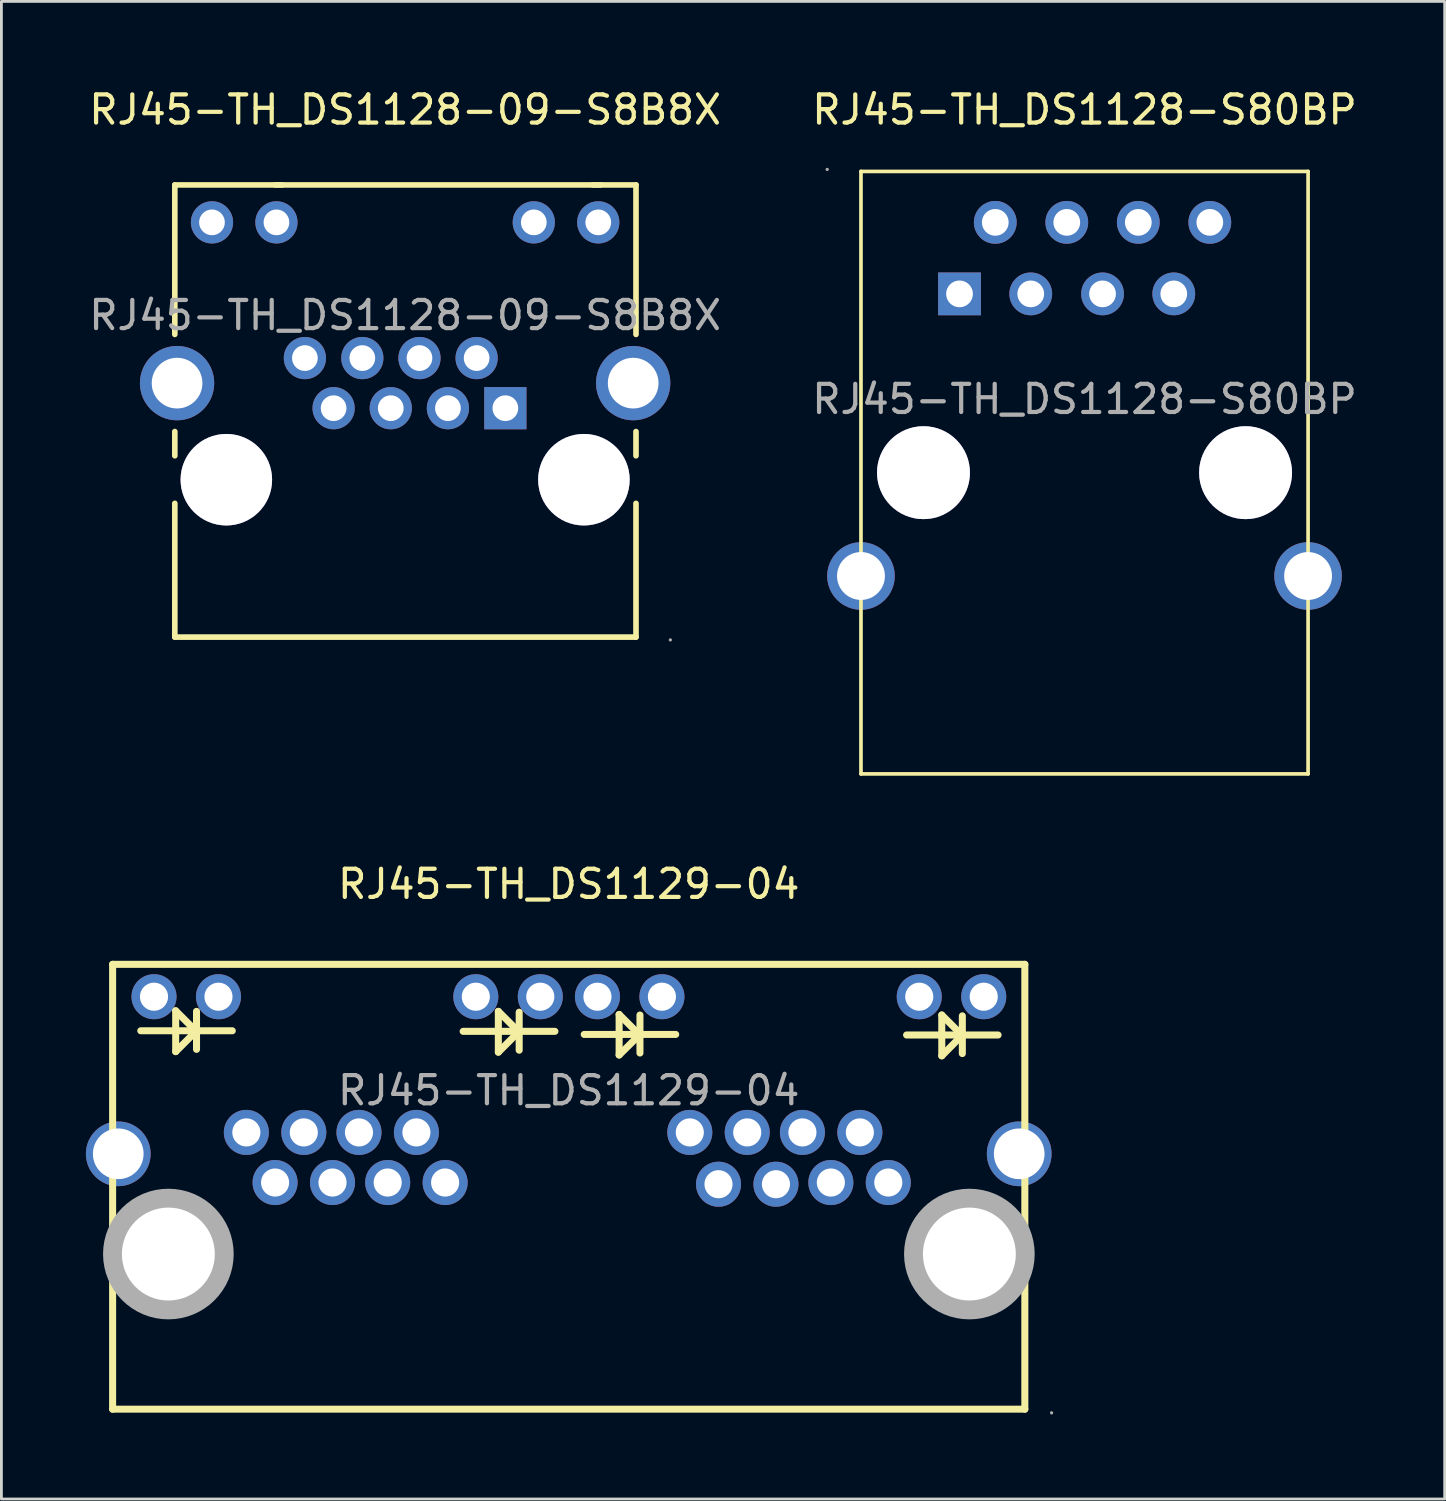
<source format=kicad_pcb>
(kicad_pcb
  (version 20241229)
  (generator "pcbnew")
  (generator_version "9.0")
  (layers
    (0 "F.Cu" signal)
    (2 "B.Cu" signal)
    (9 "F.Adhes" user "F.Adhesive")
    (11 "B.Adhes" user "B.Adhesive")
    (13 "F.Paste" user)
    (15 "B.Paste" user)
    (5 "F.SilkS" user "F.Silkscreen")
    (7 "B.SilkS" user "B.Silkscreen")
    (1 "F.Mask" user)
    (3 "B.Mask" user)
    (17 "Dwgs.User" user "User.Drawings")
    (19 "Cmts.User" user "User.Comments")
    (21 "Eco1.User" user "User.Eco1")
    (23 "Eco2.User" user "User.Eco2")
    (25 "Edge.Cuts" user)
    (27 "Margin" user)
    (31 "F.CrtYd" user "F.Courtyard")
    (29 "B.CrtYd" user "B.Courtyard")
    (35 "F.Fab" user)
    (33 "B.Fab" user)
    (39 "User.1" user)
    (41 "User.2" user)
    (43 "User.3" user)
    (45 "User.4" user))
  (footprint "RJ45-TH_DS1128-S80BP"
    (layer "F.Cu")
    (at 35.47 11.128)
    (property "Reference" "RJ45-TH_DS1128-S80BP" (at 0 -10.28 0) (layer "F.SilkS") (effects (font (size 1 1) (thickness 0.15))))
    (attr through_hole)
    (fp_line (start -7.94 -8.09) (end -7.94 13.31) (stroke (width 0.13) (type solid)) (layer "F.SilkS"))
    (fp_line (start -7.94 13.31) (end 7.94 13.31) (stroke (width 0.13) (type solid)) (layer "F.SilkS"))
    (fp_line (start 7.94 -8.09) (end -7.94 -8.09) (stroke (width 0.13) (type solid)) (layer "F.SilkS"))
    (fp_line (start 7.94 13.31) (end 7.94 -8.09) (stroke (width 0.13) (type solid)) (layer "F.SilkS"))
    (fp_circle (center -9.14 -8.16) (end -9.11 -8.16) (stroke (width 0.06) (type solid)) (fill no) (layer "F.Fab"))
    (fp_circle (center -7.94 6.28) (end -7.56 6.28) (stroke (width 0.75) (type solid)) (fill no) (layer "F.Fab"))
    (fp_circle (center -5.72 2.61) (end -4.94 2.61) (stroke (width 1.55) (type solid)) (fill no) (layer "F.Fab"))
    (fp_circle (center -4.44 -3.74) (end -4.25 -3.74) (stroke (width 0.38) (type solid)) (fill no) (layer "F.Fab"))
    (fp_circle (center -3.17 -6.28) (end -2.98 -6.28) (stroke (width 0.38) (type solid)) (fill no) (layer "F.Fab"))
    (fp_circle (center -1.91 -3.74) (end -1.72 -3.74) (stroke (width 0.38) (type solid)) (fill no) (layer "F.Fab"))
    (fp_circle (center -0.63 -6.28) (end -0.44 -6.28) (stroke (width 0.38) (type solid)) (fill no) (layer "F.Fab"))
    (fp_circle (center 0.64 -3.74) (end 0.83 -3.74) (stroke (width 0.38) (type solid)) (fill no) (layer "F.Fab"))
    (fp_circle (center 1.91 -6.28) (end 2.1 -6.28) (stroke (width 0.38) (type solid)) (fill no) (layer "F.Fab"))
    (fp_circle (center 3.17 -3.74) (end 3.36 -3.74) (stroke (width 0.38) (type solid)) (fill no) (layer "F.Fab"))
    (fp_circle (center 4.45 -6.28) (end 4.64 -6.28) (stroke (width 0.38) (type solid)) (fill no) (layer "F.Fab"))
    (fp_circle (center 5.72 2.61) (end 6.5 2.61) (stroke (width 1.55) (type solid)) (fill no) (layer "F.Fab"))
    (fp_circle (center 7.94 6.28) (end 8.32 6.28) (stroke (width 0.75) (type solid)) (fill no) (layer "F.Fab"))
    (fp_text user "${REFERENCE}" (at 0 0 0) (layer "F.Fab") (effects (font (size 1 1) (thickness 0.15))))
    (pad "" thru_hole circle (at -5.72 2.61) (size 3.3 3.3) (drill 3.3) (layers "*.Cu" "*.Mask"))
    (pad "" thru_hole circle (at 5.72 2.61) (size 3.3 3.3) (drill 3.3) (layers "*.Cu" "*.Mask"))
    (pad "1" thru_hole rect (at -4.44 -3.74) (size 1.52 1.52) (drill 0.95) (layers "*.Cu" "*.Paste" "*.Mask"))
    (pad "2" thru_hole circle (at -3.17 -6.28) (size 1.52 1.52) (drill 0.95) (layers "*.Cu" "*.Paste" "*.Mask"))
    (pad "3" thru_hole circle (at -1.91 -3.74) (size 1.52 1.52) (drill 0.95) (layers "*.Cu" "*.Paste" "*.Mask"))
    (pad "4" thru_hole circle (at -0.63 -6.28) (size 1.52 1.52) (drill 0.95) (layers "*.Cu" "*.Paste" "*.Mask"))
    (pad "5" thru_hole circle (at 0.64 -3.74) (size 1.52 1.52) (drill 0.95) (layers "*.Cu" "*.Paste" "*.Mask"))
    (pad "6" thru_hole circle (at 1.91 -6.28) (size 1.52 1.52) (drill 0.95) (layers "*.Cu" "*.Paste" "*.Mask"))
    (pad "7" thru_hole circle (at 3.17 -3.74) (size 1.52 1.52) (drill 0.95) (layers "*.Cu" "*.Paste" "*.Mask"))
    (pad "8" thru_hole circle (at 4.45 -6.28) (size 1.52 1.52) (drill 0.95) (layers "*.Cu" "*.Paste" "*.Mask"))
    (pad "9" thru_hole circle (at 7.94 6.28) (size 2.4 2.4) (drill 1.7) (layers "*.Cu" "*.Paste" "*.Mask"))
    (pad "10" thru_hole circle (at -7.94 6.28) (size 2.4 2.4) (drill 1.7) (layers "*.Cu" "*.Paste" "*.Mask")))
  (footprint "RJ45-TH_DS1128-09-S8B8X"
    (layer "F.Cu")
    (at 11.339 8.148)
    (property "Reference" "RJ45-TH_DS1128-09-S8B8X" (at 0 -7.3 0) (layer "F.SilkS") (effects (font (size 1 1) (thickness 0.15))))
    (attr through_hole)
    (fp_line (start -8.18 -4.63) (end -4.37 -4.63) (stroke (width 0.2) (type solid)) (layer "F.SilkS"))
    (fp_line (start -8.18 0.68) (end -8.18 -4.63) (stroke (width 0.2) (type solid)) (layer "F.SilkS"))
    (fp_line (start -8.18 4.99) (end -8.18 4.13) (stroke (width 0.2) (type solid)) (layer "F.SilkS"))
    (fp_line (start -8.18 11.43) (end -8.18 6.68) (stroke (width 0.2) (type solid)) (layer "F.SilkS"))
    (fp_line (start 6.94 -4.63) (end -4.61 -4.63) (stroke (width 0.2) (type solid)) (layer "F.SilkS"))
    (fp_line (start 8.2 -4.63) (end 6.67 -4.63) (stroke (width 0.2) (type solid)) (layer "F.SilkS"))
    (fp_line (start 8.2 0.68) (end 8.2 -4.63) (stroke (width 0.2) (type solid)) (layer "F.SilkS"))
    (fp_line (start 8.2 4.99) (end 8.2 4.13) (stroke (width 0.2) (type solid)) (layer "F.SilkS"))
    (fp_line (start 8.2 6.68) (end 8.2 11.43) (stroke (width 0.2) (type solid)) (layer "F.SilkS"))
    (fp_line (start 8.2 11.43) (end -8.18 11.43) (stroke (width 0.2) (type solid)) (layer "F.SilkS"))
    (fp_circle (center -8.1 2.41) (end -7.7 2.41) (stroke (width 0.8) (type solid)) (fill no) (layer "F.Fab"))
    (fp_circle (center -6.86 -3.3) (end -6.68 -3.3) (stroke (width 0.36) (type solid)) (fill no) (layer "F.Fab"))
    (fp_circle (center -6.35 5.84) (end -5.59 5.84) (stroke (width 1.52) (type solid)) (fill no) (layer "F.Fab"))
    (fp_circle (center -4.57 -3.3) (end -4.39 -3.3) (stroke (width 0.36) (type solid)) (fill no) (layer "F.Fab"))
    (fp_circle (center -3.56 1.52) (end -3.38 1.52) (stroke (width 0.36) (type solid)) (fill no) (layer "F.Fab"))
    (fp_circle (center -2.54 3.3) (end -2.36 3.3) (stroke (width 0.36) (type solid)) (fill no) (layer "F.Fab"))
    (fp_circle (center -1.52 1.52) (end -1.34 1.52) (stroke (width 0.36) (type solid)) (fill no) (layer "F.Fab"))
    (fp_circle (center -0.51 3.3) (end -0.33 3.3) (stroke (width 0.36) (type solid)) (fill no) (layer "F.Fab"))
    (fp_circle (center 0.51 1.52) (end 0.69 1.52) (stroke (width 0.36) (type solid)) (fill no) (layer "F.Fab"))
    (fp_circle (center 1.52 3.3) (end 1.7 3.3) (stroke (width 0.36) (type solid)) (fill no) (layer "F.Fab"))
    (fp_circle (center 2.54 1.52) (end 2.72 1.52) (stroke (width 0.36) (type solid)) (fill no) (layer "F.Fab"))
    (fp_circle (center 3.56 3.3) (end 3.74 3.3) (stroke (width 0.36) (type solid)) (fill no) (layer "F.Fab"))
    (fp_circle (center 4.57 -3.3) (end 4.75 -3.3) (stroke (width 0.36) (type solid)) (fill no) (layer "F.Fab"))
    (fp_circle (center 6.35 5.84) (end 7.11 5.84) (stroke (width 1.52) (type solid)) (fill no) (layer "F.Fab"))
    (fp_circle (center 6.86 -3.3) (end 7.04 -3.3) (stroke (width 0.36) (type solid)) (fill no) (layer "F.Fab"))
    (fp_circle (center 8.1 2.41) (end 8.5 2.41) (stroke (width 0.8) (type solid)) (fill no) (layer "F.Fab"))
    (fp_circle (center 9.42 11.53) (end 9.45 11.53) (stroke (width 0.06) (type solid)) (fill no) (layer "F.Fab"))
    (fp_text user "${REFERENCE}" (at 0 0 0) (layer "F.Fab") (effects (font (size 1 1) (thickness 0.15))))
    (pad "" thru_hole circle (at -6.35 5.84) (size 3.25 3.25) (drill 3.25) (layers "*.Cu" "*.Mask"))
    (pad "" thru_hole circle (at 6.35 5.84) (size 3.25 3.25) (drill 3.25) (layers "*.Cu" "*.Mask"))
    (pad "1" thru_hole rect (at 3.56 3.3 180) (size 1.5 1.5) (drill 0.914) (layers "*.Cu" "*.Paste" "*.Mask"))
    (pad "2" thru_hole circle (at 2.54 1.52 180) (size 1.5 1.5) (drill 0.914) (layers "*.Cu" "*.Paste" "*.Mask"))
    (pad "3" thru_hole circle (at 1.52 3.3 180) (size 1.5 1.5) (drill 0.914) (layers "*.Cu" "*.Paste" "*.Mask"))
    (pad "4" thru_hole circle (at 0.51 1.52 180) (size 1.5 1.5) (drill 0.914) (layers "*.Cu" "*.Paste" "*.Mask"))
    (pad "5" thru_hole circle (at -0.51 3.3 180) (size 1.5 1.5) (drill 0.914) (layers "*.Cu" "*.Paste" "*.Mask"))
    (pad "6" thru_hole circle (at -1.52 1.52 180) (size 1.5 1.5) (drill 0.914) (layers "*.Cu" "*.Paste" "*.Mask"))
    (pad "7" thru_hole circle (at -2.54 3.3 180) (size 1.5 1.5) (drill 0.914) (layers "*.Cu" "*.Paste" "*.Mask"))
    (pad "8" thru_hole circle (at -3.56 1.52 180) (size 1.5 1.5) (drill 0.914) (layers "*.Cu" "*.Paste" "*.Mask"))
    (pad "9" thru_hole circle (at 6.86 -3.3 180) (size 1.5 1.5) (drill 0.914) (layers "*.Cu" "*.Paste" "*.Mask"))
    (pad "10" thru_hole circle (at 4.57 -3.3 180) (size 1.5 1.5) (drill 0.914) (layers "*.Cu" "*.Paste" "*.Mask"))
    (pad "11" thru_hole circle (at -4.57 -3.3 180) (size 1.5 1.5) (drill 0.914) (layers "*.Cu" "*.Paste" "*.Mask"))
    (pad "12" thru_hole circle (at -6.86 -3.3 180) (size 1.5 1.5) (drill 0.914) (layers "*.Cu" "*.Paste" "*.Mask"))
    (pad "13" thru_hole circle (at 8.1 2.41 180) (size 2.64 2.64) (drill 1.8) (layers "*.Cu" "*.Paste" "*.Mask"))
    (pad "14" thru_hole circle (at -8.1 2.41) (size 2.64 2.64) (drill 1.8) (layers "*.Cu" "*.Paste" "*.Mask")))
  (footprint "RJ45-TH_DS1129-04"
    (layer "F.Cu")
    (at 17.15 35.681)
    (property "Reference" "RJ45-TH_DS1129-04" (at 0 -7.33 0) (layer "F.SilkS") (effects (font (size 1 1) (thickness 0.15))))
    (attr through_hole)
    (fp_line (start -16.2 -4.48) (end -16.2 11.32) (stroke (width 0.25) (type solid)) (layer "F.SilkS"))
    (fp_line (start -16.2 -4.48) (end 16.2 -4.48) (stroke (width 0.25) (type solid)) (layer "F.SilkS"))
    (fp_line (start -16.2 11.32) (end 16.2 11.32) (stroke (width 0.25) (type solid)) (layer "F.SilkS"))
    (fp_line (start -15.2 -2.12) (end -11.95 -2.12) (stroke (width 0.25) (type solid)) (layer "F.SilkS"))
    (fp_line (start -13.96 -2.83) (end -13.96 -1.38) (stroke (width 0.25) (type solid)) (layer "F.SilkS"))
    (fp_line (start -13.96 -1.38) (end -13.27 -2.07) (stroke (width 0.25) (type solid)) (layer "F.SilkS"))
    (fp_line (start -13.27 -2.07) (end -13.25 -2.07) (stroke (width 0.25) (type solid)) (layer "F.SilkS"))
    (fp_line (start -13.25 -2.12) (end -13.96 -2.83) (stroke (width 0.25) (type solid)) (layer "F.SilkS"))
    (fp_line (start -13.22 -2.81) (end -13.22 -1.46) (stroke (width 0.25) (type solid)) (layer "F.SilkS"))
    (fp_line (start -3.75 -2.1) (end -0.49 -2.1) (stroke (width 0.25) (type solid)) (layer "F.SilkS"))
    (fp_line (start -2.5 -2.81) (end -2.5 -1.36) (stroke (width 0.25) (type solid)) (layer "F.SilkS"))
    (fp_line (start -2.5 -1.36) (end -1.82 -2.04) (stroke (width 0.25) (type solid)) (layer "F.SilkS"))
    (fp_line (start -1.82 -2.04) (end -1.79 -2.04) (stroke (width 0.25) (type solid)) (layer "F.SilkS"))
    (fp_line (start -1.79 -2.1) (end -2.5 -2.81) (stroke (width 0.25) (type solid)) (layer "F.SilkS"))
    (fp_line (start -1.76 -2.78) (end -1.76 -1.43) (stroke (width 0.25) (type solid)) (layer "F.SilkS"))
    (fp_line (start 0.55 -1.99) (end 3.8 -1.99) (stroke (width 0.25) (type solid)) (layer "F.SilkS"))
    (fp_line (start 1.79 -2.7) (end 1.79 -1.26) (stroke (width 0.25) (type solid)) (layer "F.SilkS"))
    (fp_line (start 1.79 -1.26) (end 2.48 -1.94) (stroke (width 0.25) (type solid)) (layer "F.SilkS"))
    (fp_line (start 2.48 -1.94) (end 2.5 -1.94) (stroke (width 0.25) (type solid)) (layer "F.SilkS"))
    (fp_line (start 2.5 -1.99) (end 1.79 -2.7) (stroke (width 0.25) (type solid)) (layer "F.SilkS"))
    (fp_line (start 2.53 -2.68) (end 2.53 -1.33) (stroke (width 0.25) (type solid)) (layer "F.SilkS"))
    (fp_line (start 12 -1.97) (end 15.25 -1.97) (stroke (width 0.25) (type solid)) (layer "F.SilkS"))
    (fp_line (start 13.25 -2.68) (end 13.25 -1.23) (stroke (width 0.25) (type solid)) (layer "F.SilkS"))
    (fp_line (start 13.25 -1.23) (end 13.93 -1.92) (stroke (width 0.25) (type solid)) (layer "F.SilkS"))
    (fp_line (start 13.93 -1.92) (end 13.96 -1.92) (stroke (width 0.25) (type solid)) (layer "F.SilkS"))
    (fp_line (start 13.96 -1.97) (end 13.25 -2.68) (stroke (width 0.25) (type solid)) (layer "F.SilkS"))
    (fp_line (start 13.98 -2.65) (end 13.98 -1.31) (stroke (width 0.25) (type solid)) (layer "F.SilkS"))
    (fp_line (start 16.2 -4.48) (end 16.2 11.32) (stroke (width 0.25) (type solid)) (layer "F.SilkS"))
    (fp_circle (center -16 2.25) (end -15.6 2.25) (stroke (width 0.8) (type solid)) (fill no) (layer "F.Fab"))
    (fp_circle (center -14.73 -3.33) (end -14.53 -3.33) (stroke (width 0.4) (type solid)) (fill no) (layer "F.Fab"))
    (fp_circle (center -14.22 5.81) (end -13.45 5.81) (stroke (width 1.55) (type solid)) (fill no) (layer "F.Fab"))
    (fp_circle (center -12.44 -3.33) (end -12.24 -3.33) (stroke (width 0.4) (type solid)) (fill no) (layer "F.Fab"))
    (fp_circle (center -11.45 1.49) (end -11.25 1.49) (stroke (width 0.4) (type solid)) (fill no) (layer "F.Fab"))
    (fp_circle (center -10.43 3.27) (end -10.23 3.27) (stroke (width 0.4) (type solid)) (fill no) (layer "F.Fab"))
    (fp_circle (center -9.41 1.49) (end -9.21 1.49) (stroke (width 0.4) (type solid)) (fill no) (layer "F.Fab"))
    (fp_circle (center -8.39 3.27) (end -8.19 3.27) (stroke (width 0.4) (type solid)) (fill no) (layer "F.Fab"))
    (fp_circle (center -7.45 1.49) (end -7.25 1.49) (stroke (width 0.4) (type solid)) (fill no) (layer "F.Fab"))
    (fp_circle (center -6.43 3.27) (end -6.23 3.27) (stroke (width 0.4) (type solid)) (fill no) (layer "F.Fab"))
    (fp_circle (center -5.41 1.49) (end -5.21 1.49) (stroke (width 0.4) (type solid)) (fill no) (layer "F.Fab"))
    (fp_circle (center -4.39 3.27) (end -4.19 3.27) (stroke (width 0.4) (type solid)) (fill no) (layer "F.Fab"))
    (fp_circle (center -3.3 -3.33) (end -3.1 -3.33) (stroke (width 0.4) (type solid)) (fill no) (layer "F.Fab"))
    (fp_circle (center -1.01 -3.33) (end -0.81 -3.33) (stroke (width 0.4) (type solid)) (fill no) (layer "F.Fab"))
    (fp_circle (center 1.02 -3.33) (end 1.22 -3.33) (stroke (width 0.4) (type solid)) (fill no) (layer "F.Fab"))
    (fp_circle (center 3.31 -3.33) (end 3.51 -3.33) (stroke (width 0.4) (type solid)) (fill no) (layer "F.Fab"))
    (fp_circle (center 4.3 1.49) (end 4.5 1.49) (stroke (width 0.4) (type solid)) (fill no) (layer "F.Fab"))
    (fp_circle (center 5.32 3.33) (end 5.52 3.33) (stroke (width 0.4) (type solid)) (fill no) (layer "F.Fab"))
    (fp_circle (center 6.34 1.49) (end 6.54 1.49) (stroke (width 0.4) (type solid)) (fill no) (layer "F.Fab"))
    (fp_circle (center 7.36 3.33) (end 7.56 3.33) (stroke (width 0.4) (type solid)) (fill no) (layer "F.Fab"))
    (fp_circle (center 8.3 1.49) (end 8.5 1.49) (stroke (width 0.4) (type solid)) (fill no) (layer "F.Fab"))
    (fp_circle (center 9.31 3.27) (end 9.51 3.27) (stroke (width 0.4) (type solid)) (fill no) (layer "F.Fab"))
    (fp_circle (center 10.34 1.49) (end 10.54 1.49) (stroke (width 0.4) (type solid)) (fill no) (layer "F.Fab"))
    (fp_circle (center 11.35 3.27) (end 11.55 3.27) (stroke (width 0.4) (type solid)) (fill no) (layer "F.Fab"))
    (fp_circle (center 12.45 -3.33) (end 12.65 -3.33) (stroke (width 0.4) (type solid)) (fill no) (layer "F.Fab"))
    (fp_circle (center 14.23 5.81) (end 15 5.81) (stroke (width 1.55) (type solid)) (fill no) (layer "F.Fab"))
    (fp_circle (center 14.74 -3.33) (end 14.94 -3.33) (stroke (width 0.4) (type solid)) (fill no) (layer "F.Fab"))
    (fp_circle (center 16 2.25) (end 16.4 2.25) (stroke (width 0.8) (type solid)) (fill no) (layer "F.Fab"))
    (fp_circle (center 17.15 11.45) (end 17.18 11.45) (stroke (width 0.06) (type solid)) (fill no) (layer "F.Fab"))
    (fp_text user "${REFERENCE}" (at 0 0 0) (layer "F.Fab") (effects (font (size 1 1) (thickness 0.15))))
    (pad "" thru_hole circle (at -14.22 5.81) (size 3.3 3.3) (drill 3.3) (layers "*.Cu" "*.Mask"))
    (pad "" thru_hole circle (at 14.23 5.81) (size 3.3 3.3) (drill 3.3) (layers "*.Cu" "*.Mask"))
    (pad "1" thru_hole circle (at 11.35 3.27) (size 1.6 1.6) (drill 1) (layers "*.Cu" "*.Paste" "*.Mask"))
    (pad "2" thru_hole circle (at 10.34 1.49) (size 1.6 1.6) (drill 1) (layers "*.Cu" "*.Paste" "*.Mask"))
    (pad "3" thru_hole circle (at 9.31 3.27) (size 1.6 1.6) (drill 1) (layers "*.Cu" "*.Paste" "*.Mask"))
    (pad "4" thru_hole circle (at 8.3 1.49) (size 1.6 1.6) (drill 1) (layers "*.Cu" "*.Paste" "*.Mask"))
    (pad "5" thru_hole circle (at 7.36 3.33) (size 1.6 1.6) (drill 1) (layers "*.Cu" "*.Paste" "*.Mask"))
    (pad "6" thru_hole circle (at 6.34 1.49) (size 1.6 1.6) (drill 1) (layers "*.Cu" "*.Paste" "*.Mask"))
    (pad "7" thru_hole circle (at 5.32 3.33) (size 1.6 1.6) (drill 1) (layers "*.Cu" "*.Paste" "*.Mask"))
    (pad "8" thru_hole circle (at 4.3 1.49) (size 1.6 1.6) (drill 1) (layers "*.Cu" "*.Paste" "*.Mask"))
    (pad "9" thru_hole circle (at 14.74 -3.33) (size 1.6 1.6) (drill 1) (layers "*.Cu" "*.Paste" "*.Mask"))
    (pad "10" thru_hole circle (at 12.45 -3.33) (size 1.6 1.6) (drill 1) (layers "*.Cu" "*.Paste" "*.Mask"))
    (pad "11" thru_hole circle (at 3.31 -3.33) (size 1.6 1.6) (drill 1) (layers "*.Cu" "*.Paste" "*.Mask"))
    (pad "12" thru_hole circle (at 1.02 -3.33) (size 1.6 1.6) (drill 1) (layers "*.Cu" "*.Paste" "*.Mask"))
    (pad "13" thru_hole circle (at -4.39 3.27) (size 1.6 1.6) (drill 1) (layers "*.Cu" "*.Paste" "*.Mask"))
    (pad "14" thru_hole circle (at -5.41 1.49) (size 1.6 1.6) (drill 1) (layers "*.Cu" "*.Paste" "*.Mask"))
    (pad "15" thru_hole circle (at -6.43 3.27) (size 1.6 1.6) (drill 1) (layers "*.Cu" "*.Paste" "*.Mask"))
    (pad "16" thru_hole circle (at -7.45 1.49) (size 1.6 1.6) (drill 1) (layers "*.Cu" "*.Paste" "*.Mask"))
    (pad "17" thru_hole circle (at -8.39 3.27) (size 1.6 1.6) (drill 1) (layers "*.Cu" "*.Paste" "*.Mask"))
    (pad "18" thru_hole circle (at -9.41 1.49) (size 1.6 1.6) (drill 1) (layers "*.Cu" "*.Paste" "*.Mask"))
    (pad "19" thru_hole circle (at -10.43 3.27) (size 1.6 1.6) (drill 1) (layers "*.Cu" "*.Paste" "*.Mask"))
    (pad "20" thru_hole circle (at -11.45 1.49) (size 1.6 1.6) (drill 1) (layers "*.Cu" "*.Paste" "*.Mask"))
    (pad "21" thru_hole circle (at -1.01 -3.33) (size 1.6 1.6) (drill 1) (layers "*.Cu" "*.Paste" "*.Mask"))
    (pad "22" thru_hole circle (at -3.3 -3.33) (size 1.6 1.6) (drill 1) (layers "*.Cu" "*.Paste" "*.Mask"))
    (pad "23" thru_hole circle (at -12.44 -3.33) (size 1.6 1.6) (drill 1) (layers "*.Cu" "*.Paste" "*.Mask"))
    (pad "24" thru_hole circle (at -14.73 -3.33) (size 1.6 1.6) (drill 1) (layers "*.Cu" "*.Paste" "*.Mask"))
    (pad "25" thru_hole circle (at 16 2.25 180) (size 2.3 2.3) (drill 1.8) (layers "*.Cu" "*.Paste" "*.Mask"))
    (pad "26" thru_hole circle (at -16 2.25 180) (size 2.3 2.3) (drill 1.8) (layers "*.Cu" "*.Paste" "*.Mask")))
  (gr_rect
    (start -3 -3)
    (end 48.262 50.191)
    (stroke (width 0.1) (type default))
    (fill no)
    (layer "Edge.Cuts")))
</source>
